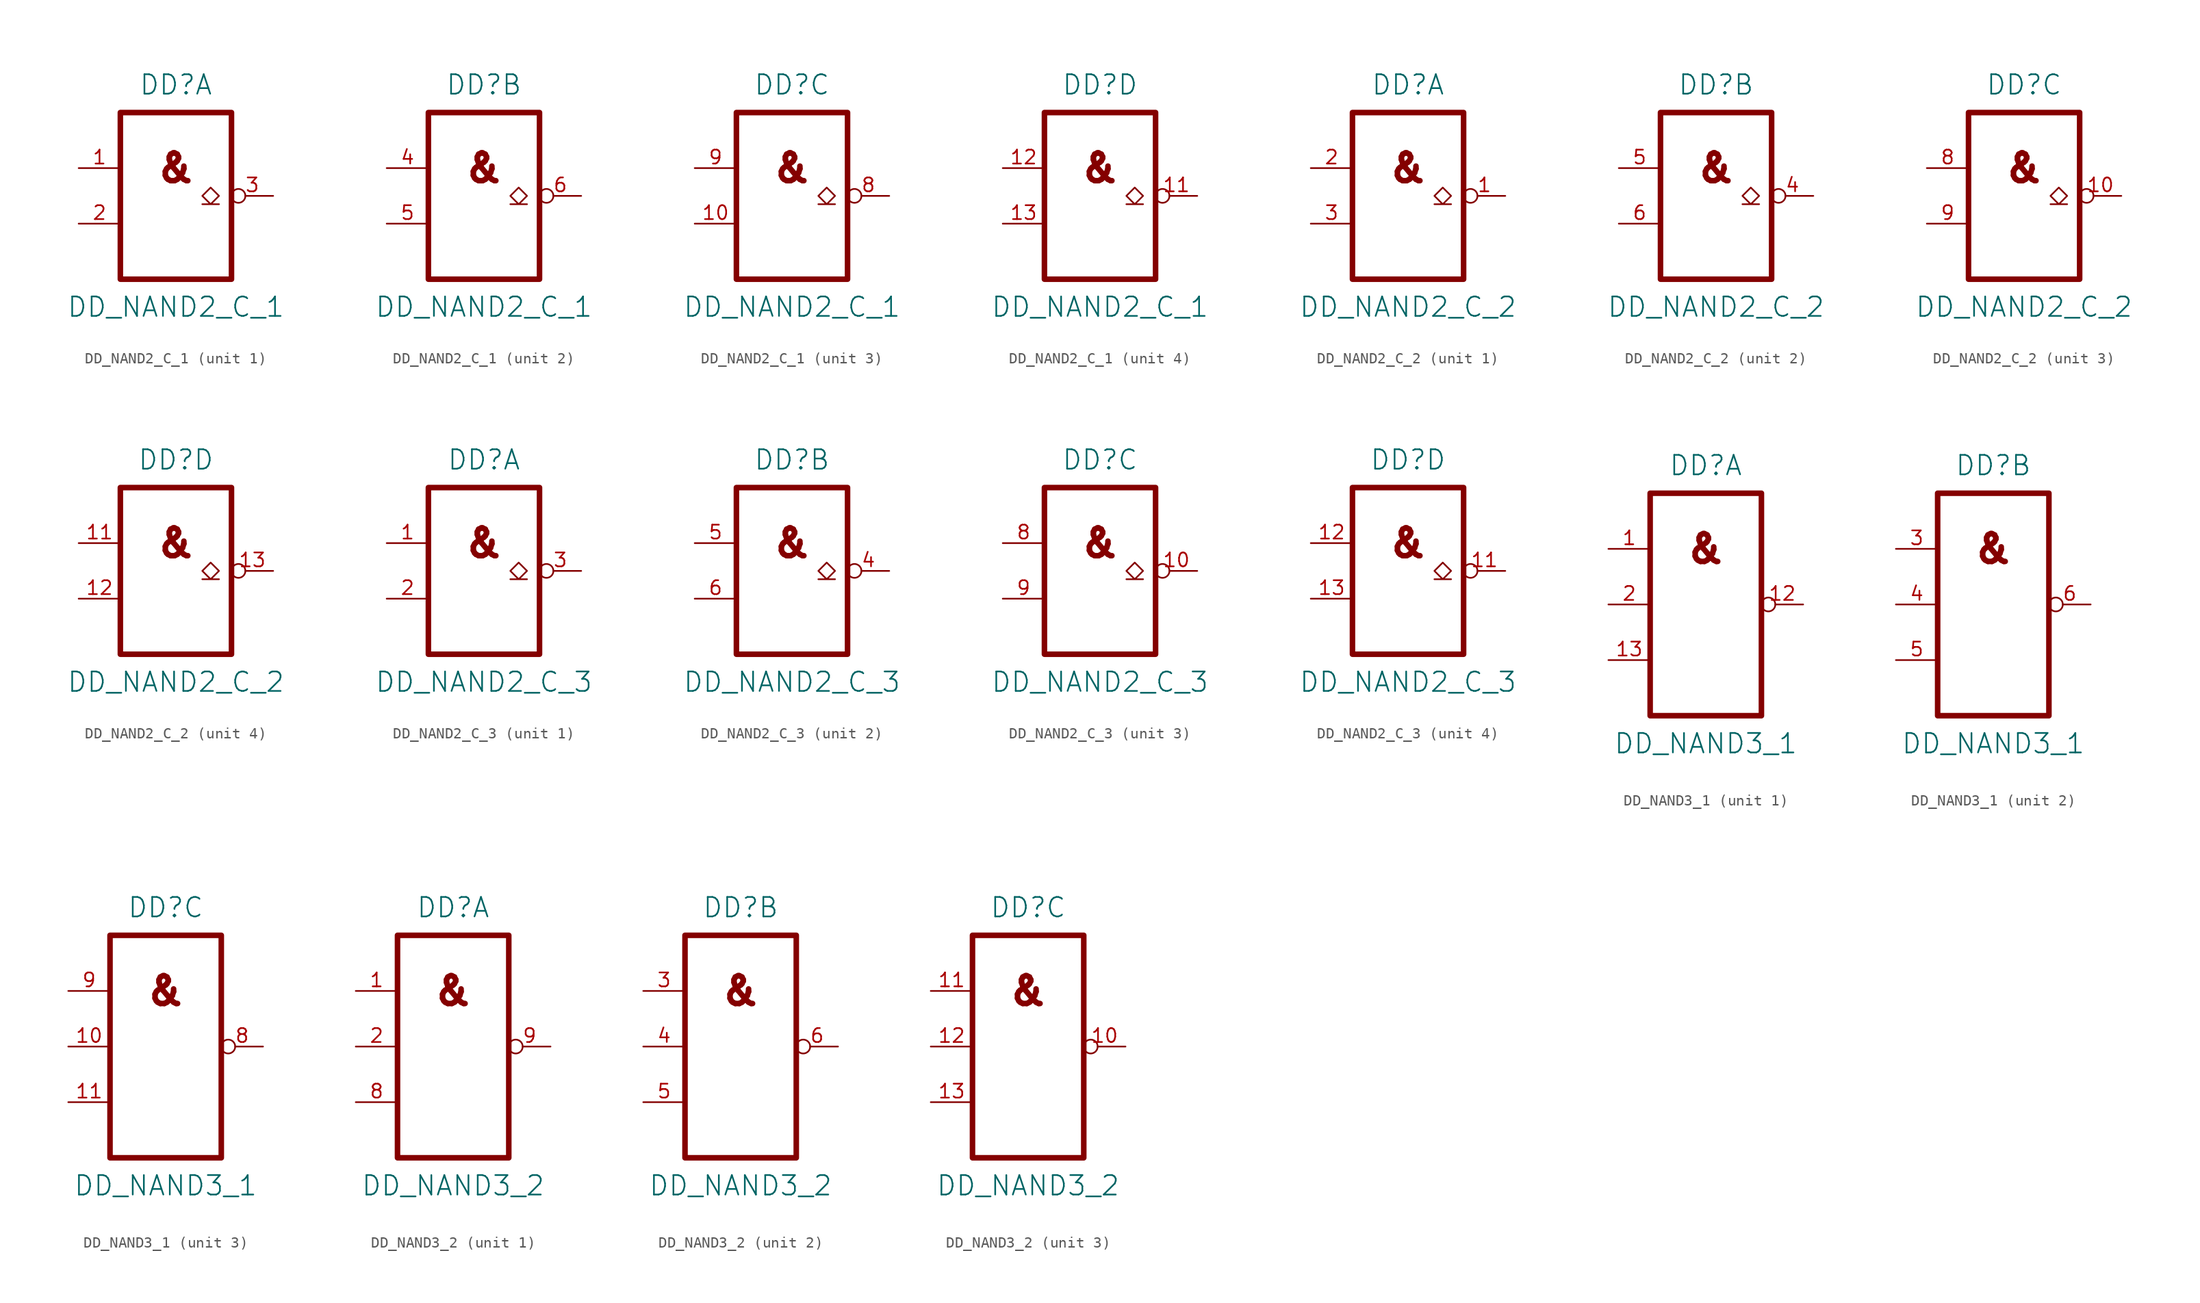
<source format=kicad_sym>
(kicad_symbol_lib
  (version 20211014)
  (generator kicad_symbol_editor)
  (symbol "DD_NAND2_C_1"
    (pin_names
      (offset 1.27))
    (property "Reference" "DD"
      (at 0 10.16 0)
      (effects (font (size 1.778 1.778))))
    (property "Value" "DD_NAND2_C_1"
      (at 0 -10.16 0)
      (effects (font (size 1.778 1.778))))
    (symbol "DD_NAND2_C_1_0_0"
      (text "&" (at 0 2.54 0) (effects (font (size 2.54 2.54) bold))))
    (symbol "DD_NAND2_C_1_0_1"
      (rectangle (start -5.08 7.62) (end 5.08 -7.62) (stroke (width 0.508) (type default) (color 0 0 0 0)) (fill (type none)))
      (polyline (pts (xy 2.413 -0.762) (xy 3.175 -0.762) (xy 2.413 0) (xy 3.175 0.762) (xy 3.937 0) (xy 3.175 -0.762) (xy 3.937 -0.762)) (stroke (width 0) (type default) (color 0 0 0 0)) (fill (type none)))
      (pin power_in non_logic (at 8.89 5.08 180) (length 3.81) hide (name "VCC" (effects (font (size 1.27 1.27)))) (number "14" (effects (font (size 1.27 1.27)))))
      (pin power_in non_logic (at 8.89 -5.08 180) (length 3.81) hide (name "GND" (effects (font (size 1.27 1.27)))) (number "7" (effects (font (size 1.27 1.27))))))
    (symbol "DD_NAND2_C_1_1_1"
      (pin input line (at -8.89 2.54 0) (length 3.81) (name "~" (effects (font (size 1.778 1.778)))) (number "1" (effects (font (size 1.27 1.27)))))
      (pin input line (at -8.89 -2.54 0) (length 3.81) (name "~" (effects (font (size 1.778 1.778)))) (number "2" (effects (font (size 1.27 1.27)))))
      (pin output inverted (at 8.89 0 180) (length 3.81) (name "~" (effects (font (size 1.778 1.778)))) (number "3" (effects (font (size 1.27 1.27))))))
    (symbol "DD_NAND2_C_1_2_1"
      (pin input line (at -8.89 2.54 0) (length 3.81) (name "~" (effects (font (size 1.778 1.778)))) (number "4" (effects (font (size 1.27 1.27)))))
      (pin input line (at -8.89 -2.54 0) (length 3.81) (name "~" (effects (font (size 1.778 1.778)))) (number "5" (effects (font (size 1.27 1.27)))))
      (pin output inverted (at 8.89 0 180) (length 3.81) (name "~" (effects (font (size 1.778 1.778)))) (number "6" (effects (font (size 1.27 1.27))))))
    (symbol "DD_NAND2_C_1_3_1"
      (pin input line (at -8.89 -2.54 0) (length 3.81) (name "~" (effects (font (size 1.778 1.778)))) (number "10" (effects (font (size 1.27 1.27)))))
      (pin output inverted (at 8.89 0 180) (length 3.81) (name "~" (effects (font (size 1.778 1.778)))) (number "8" (effects (font (size 1.27 1.27)))))
      (pin input line (at -8.89 2.54 0) (length 3.81) (name "~" (effects (font (size 1.778 1.778)))) (number "9" (effects (font (size 1.27 1.27))))))
    (symbol "DD_NAND2_C_1_4_1"
      (pin output inverted (at 8.89 0 180) (length 3.81) (name "~" (effects (font (size 1.778 1.778)))) (number "11" (effects (font (size 1.27 1.27)))))
      (pin input line (at -8.89 2.54 0) (length 3.81) (name "~" (effects (font (size 1.778 1.778)))) (number "12" (effects (font (size 1.27 1.27)))))
      (pin input line (at -8.89 -2.54 0) (length 3.81) (name "~" (effects (font (size 1.778 1.778)))) (number "13" (effects (font (size 1.27 1.27)))))))
  (symbol "DD_NAND2_C_2"
    (pin_names
      (offset 1.27))
    (property "Reference" "DD"
      (at 0 10.16 0)
      (effects (font (size 1.778 1.778))))
    (property "Value" "DD_NAND2_C_2"
      (at 0 -10.16 0)
      (effects (font (size 1.778 1.778))))
    (symbol "DD_NAND2_C_2_0_0"
      (text "&" (at 0 2.54 0) (effects (font (size 2.54 2.54) bold))))
    (symbol "DD_NAND2_C_2_0_1"
      (rectangle (start -5.08 7.62) (end 5.08 -7.62) (stroke (width 0.508) (type default) (color 0 0 0 0)) (fill (type none)))
      (polyline (pts (xy 2.413 -0.762) (xy 3.175 -0.762) (xy 2.413 0) (xy 3.175 0.762) (xy 3.937 0) (xy 3.175 -0.762) (xy 3.937 -0.762)) (stroke (width 0) (type default) (color 0 0 0 0)) (fill (type none)))
      (pin power_in non_logic (at 8.89 5.08 180) (length 3.81) hide (name "VCC" (effects (font (size 1.27 1.27)))) (number "14" (effects (font (size 1.27 1.27)))))
      (pin power_in non_logic (at 8.89 -5.08 180) (length 3.81) hide (name "GND" (effects (font (size 1.27 1.27)))) (number "7" (effects (font (size 1.27 1.27))))))
    (symbol "DD_NAND2_C_2_1_1"
      (pin output inverted (at 8.89 0 180) (length 3.81) (name "~" (effects (font (size 1.778 1.778)))) (number "1" (effects (font (size 1.27 1.27)))))
      (pin input line (at -8.89 2.54 0) (length 3.81) (name "~" (effects (font (size 1.778 1.778)))) (number "2" (effects (font (size 1.27 1.27)))))
      (pin input line (at -8.89 -2.54 0) (length 3.81) (name "~" (effects (font (size 1.778 1.778)))) (number "3" (effects (font (size 1.27 1.27))))))
    (symbol "DD_NAND2_C_2_2_1"
      (pin output inverted (at 8.89 0 180) (length 3.81) (name "~" (effects (font (size 1.778 1.778)))) (number "4" (effects (font (size 1.27 1.27)))))
      (pin input line (at -8.89 2.54 0) (length 3.81) (name "~" (effects (font (size 1.778 1.778)))) (number "5" (effects (font (size 1.27 1.27)))))
      (pin input line (at -8.89 -2.54 0) (length 3.81) (name "~" (effects (font (size 1.778 1.778)))) (number "6" (effects (font (size 1.27 1.27))))))
    (symbol "DD_NAND2_C_2_3_1"
      (pin output inverted (at 8.89 0 180) (length 3.81) (name "~" (effects (font (size 1.778 1.778)))) (number "10" (effects (font (size 1.27 1.27)))))
      (pin input line (at -8.89 2.54 0) (length 3.81) (name "~" (effects (font (size 1.778 1.778)))) (number "8" (effects (font (size 1.27 1.27)))))
      (pin input line (at -8.89 -2.54 0) (length 3.81) (name "~" (effects (font (size 1.778 1.778)))) (number "9" (effects (font (size 1.27 1.27))))))
    (symbol "DD_NAND2_C_2_4_1"
      (pin input line (at -8.89 2.54 0) (length 3.81) (name "~" (effects (font (size 1.778 1.778)))) (number "11" (effects (font (size 1.27 1.27)))))
      (pin input line (at -8.89 -2.54 0) (length 3.81) (name "~" (effects (font (size 1.778 1.778)))) (number "12" (effects (font (size 1.27 1.27)))))
      (pin output inverted (at 8.89 0 180) (length 3.81) (name "~" (effects (font (size 1.778 1.778)))) (number "13" (effects (font (size 1.27 1.27)))))))
  (symbol "DD_NAND2_C_3"
    (pin_names
      (offset 1.27))
    (property "Reference" "DD"
      (at 0 10.16 0)
      (effects (font (size 1.778 1.778))))
    (property "Value" "DD_NAND2_C_3"
      (at 0 -10.16 0)
      (effects (font (size 1.778 1.778))))
    (symbol "DD_NAND2_C_3_0_0"
      (text "&" (at 0 2.54 0) (effects (font (size 2.54 2.54) bold))))
    (symbol "DD_NAND2_C_3_0_1"
      (rectangle (start -5.08 7.62) (end 5.08 -7.62) (stroke (width 0.508) (type default) (color 0 0 0 0)) (fill (type none)))
      (polyline (pts (xy 2.413 -0.762) (xy 3.175 -0.762) (xy 2.413 0) (xy 3.175 0.762) (xy 3.937 0) (xy 3.175 -0.762) (xy 3.937 -0.762)) (stroke (width 0) (type default) (color 0 0 0 0)) (fill (type none)))
      (pin power_in non_logic (at 8.89 5.08 180) (length 3.81) hide (name "VCC" (effects (font (size 1.27 1.27)))) (number "14" (effects (font (size 1.27 1.27)))))
      (pin power_in non_logic (at 8.89 -5.08 180) (length 3.81) hide (name "GND" (effects (font (size 1.27 1.27)))) (number "7" (effects (font (size 1.27 1.27))))))
    (symbol "DD_NAND2_C_3_1_1"
      (pin input line (at -8.89 2.54 0) (length 3.81) (name "~" (effects (font (size 1.778 1.778)))) (number "1" (effects (font (size 1.27 1.27)))))
      (pin input line (at -8.89 -2.54 0) (length 3.81) (name "~" (effects (font (size 1.778 1.778)))) (number "2" (effects (font (size 1.27 1.27)))))
      (pin output inverted (at 8.89 0 180) (length 3.81) (name "~" (effects (font (size 1.778 1.778)))) (number "3" (effects (font (size 1.27 1.27))))))
    (symbol "DD_NAND2_C_3_2_1"
      (pin output inverted (at 8.89 0 180) (length 3.81) (name "~" (effects (font (size 1.778 1.778)))) (number "4" (effects (font (size 1.27 1.27)))))
      (pin input line (at -8.89 2.54 0) (length 3.81) (name "~" (effects (font (size 1.778 1.778)))) (number "5" (effects (font (size 1.27 1.27)))))
      (pin input line (at -8.89 -2.54 0) (length 3.81) (name "~" (effects (font (size 1.778 1.778)))) (number "6" (effects (font (size 1.27 1.27))))))
    (symbol "DD_NAND2_C_3_3_1"
      (pin output inverted (at 8.89 0 180) (length 3.81) (name "~" (effects (font (size 1.778 1.778)))) (number "10" (effects (font (size 1.27 1.27)))))
      (pin input line (at -8.89 2.54 0) (length 3.81) (name "~" (effects (font (size 1.778 1.778)))) (number "8" (effects (font (size 1.27 1.27)))))
      (pin input line (at -8.89 -2.54 0) (length 3.81) (name "~" (effects (font (size 1.778 1.778)))) (number "9" (effects (font (size 1.27 1.27))))))
    (symbol "DD_NAND2_C_3_4_1"
      (pin output inverted (at 8.89 0 180) (length 3.81) (name "~" (effects (font (size 1.778 1.778)))) (number "11" (effects (font (size 1.27 1.27)))))
      (pin input line (at -8.89 2.54 0) (length 3.81) (name "~" (effects (font (size 1.778 1.778)))) (number "12" (effects (font (size 1.27 1.27)))))
      (pin input line (at -8.89 -2.54 0) (length 3.81) (name "~" (effects (font (size 1.778 1.778)))) (number "13" (effects (font (size 1.27 1.27)))))))
  (symbol "DD_NAND3_1"
    (pin_names
      (offset 1.27))
    (property "Reference" "DD"
      (at 0 12.7 0)
      (effects (font (size 1.778 1.778))))
    (property "Value" "DD_NAND3_1"
      (at 0 -12.7 0)
      (effects (font (size 1.778 1.778))))
    (symbol "DD_NAND3_1_0_0"
      (text "&" (at 0 5.08 0) (effects (font (size 2.54 2.54) bold))))
    (symbol "DD_NAND3_1_0_1"
      (rectangle (start -5.08 10.16) (end 5.08 -10.16) (stroke (width 0.508) (type default) (color 0 0 0 0)) (fill (type none)))
      (pin power_in non_logic (at 8.89 7.62 180) (length 3.81) hide (name "VCC" (effects (font (size 1.27 1.27)))) (number "14" (effects (font (size 1.27 1.27)))))
      (pin power_in non_logic (at 8.89 -7.62 180) (length 3.81) hide (name "GND" (effects (font (size 1.27 1.27)))) (number "7" (effects (font (size 1.27 1.27))))))
    (symbol "DD_NAND3_1_1_1"
      (pin input line (at -8.89 5.08 0) (length 3.81) (name "~" (effects (font (size 1.778 1.778)))) (number "1" (effects (font (size 1.27 1.27)))))
      (pin output inverted (at 8.89 0 180) (length 3.81) (name "~" (effects (font (size 1.778 1.778)))) (number "12" (effects (font (size 1.27 1.27)))))
      (pin input line (at -8.89 -5.08 0) (length 3.81) (name "~" (effects (font (size 1.778 1.778)))) (number "13" (effects (font (size 1.27 1.27)))))
      (pin input line (at -8.89 0 0) (length 3.81) (name "~" (effects (font (size 1.778 1.778)))) (number "2" (effects (font (size 1.27 1.27))))))
    (symbol "DD_NAND3_1_2_1"
      (pin input line (at -8.89 5.08 0) (length 3.81) (name "~" (effects (font (size 1.778 1.778)))) (number "3" (effects (font (size 1.27 1.27)))))
      (pin input line (at -8.89 0 0) (length 3.81) (name "~" (effects (font (size 1.778 1.778)))) (number "4" (effects (font (size 1.27 1.27)))))
      (pin input line (at -8.89 -5.08 0) (length 3.81) (name "~" (effects (font (size 1.778 1.778)))) (number "5" (effects (font (size 1.27 1.27)))))
      (pin output inverted (at 8.89 0 180) (length 3.81) (name "~" (effects (font (size 1.778 1.778)))) (number "6" (effects (font (size 1.27 1.27))))))
    (symbol "DD_NAND3_1_3_1"
      (pin input line (at -8.89 0 0) (length 3.81) (name "~" (effects (font (size 1.778 1.778)))) (number "10" (effects (font (size 1.27 1.27)))))
      (pin input line (at -8.89 -5.08 0) (length 3.81) (name "~" (effects (font (size 1.778 1.778)))) (number "11" (effects (font (size 1.27 1.27)))))
      (pin output inverted (at 8.89 0 180) (length 3.81) (name "~" (effects (font (size 1.778 1.778)))) (number "8" (effects (font (size 1.27 1.27)))))
      (pin input line (at -8.89 5.08 0) (length 3.81) (name "~" (effects (font (size 1.778 1.778)))) (number "9" (effects (font (size 1.27 1.27)))))))
  (symbol "DD_NAND3_2"
    (pin_names
      (offset 1.27))
    (property "Reference" "DD"
      (at 0 12.7 0)
      (effects (font (size 1.778 1.778))))
    (property "Value" "DD_NAND3_2"
      (at 0 -12.7 0)
      (effects (font (size 1.778 1.778))))
    (symbol "DD_NAND3_2_0_0"
      (text "&" (at 0 5.08 0) (effects (font (size 2.54 2.54) bold))))
    (symbol "DD_NAND3_2_0_1"
      (rectangle (start -5.08 10.16) (end 5.08 -10.16) (stroke (width 0.508) (type default) (color 0 0 0 0)) (fill (type none)))
      (pin power_in non_logic (at 8.89 7.62 180) (length 3.81) hide (name "VCC" (effects (font (size 1.27 1.27)))) (number "14" (effects (font (size 1.27 1.27)))))
      (pin power_in non_logic (at 8.89 -7.62 180) (length 3.81) hide (name "GND" (effects (font (size 1.27 1.27)))) (number "7" (effects (font (size 1.27 1.27))))))
    (symbol "DD_NAND3_2_1_1"
      (pin input line (at -8.89 5.08 0) (length 3.81) (name "~" (effects (font (size 1.778 1.778)))) (number "1" (effects (font (size 1.27 1.27)))))
      (pin input line (at -8.89 0 0) (length 3.81) (name "~" (effects (font (size 1.778 1.778)))) (number "2" (effects (font (size 1.27 1.27)))))
      (pin input line (at -8.89 -5.08 0) (length 3.81) (name "~" (effects (font (size 1.778 1.778)))) (number "8" (effects (font (size 1.27 1.27)))))
      (pin output inverted (at 8.89 0 180) (length 3.81) (name "~" (effects (font (size 1.778 1.778)))) (number "9" (effects (font (size 1.27 1.27))))))
    (symbol "DD_NAND3_2_2_1"
      (pin input line (at -8.89 5.08 0) (length 3.81) (name "~" (effects (font (size 1.778 1.778)))) (number "3" (effects (font (size 1.27 1.27)))))
      (pin input line (at -8.89 0 0) (length 3.81) (name "~" (effects (font (size 1.778 1.778)))) (number "4" (effects (font (size 1.27 1.27)))))
      (pin input line (at -8.89 -5.08 0) (length 3.81) (name "~" (effects (font (size 1.778 1.778)))) (number "5" (effects (font (size 1.27 1.27)))))
      (pin output inverted (at 8.89 0 180) (length 3.81) (name "~" (effects (font (size 1.778 1.778)))) (number "6" (effects (font (size 1.27 1.27))))))
    (symbol "DD_NAND3_2_3_1"
      (pin output inverted (at 8.89 0 180) (length 3.81) (name "~" (effects (font (size 1.778 1.778)))) (number "10" (effects (font (size 1.27 1.27)))))
      (pin input line (at -8.89 5.08 0) (length 3.81) (name "~" (effects (font (size 1.778 1.778)))) (number "11" (effects (font (size 1.27 1.27)))))
      (pin input line (at -8.89 0 0) (length 3.81) (name "~" (effects (font (size 1.778 1.778)))) (number "12" (effects (font (size 1.27 1.27)))))
      (pin input line (at -8.89 -5.08 0) (length 3.81) (name "~" (effects (font (size 1.778 1.778)))) (number "13" (effects (font (size 1.27 1.27))))))))
</source>
